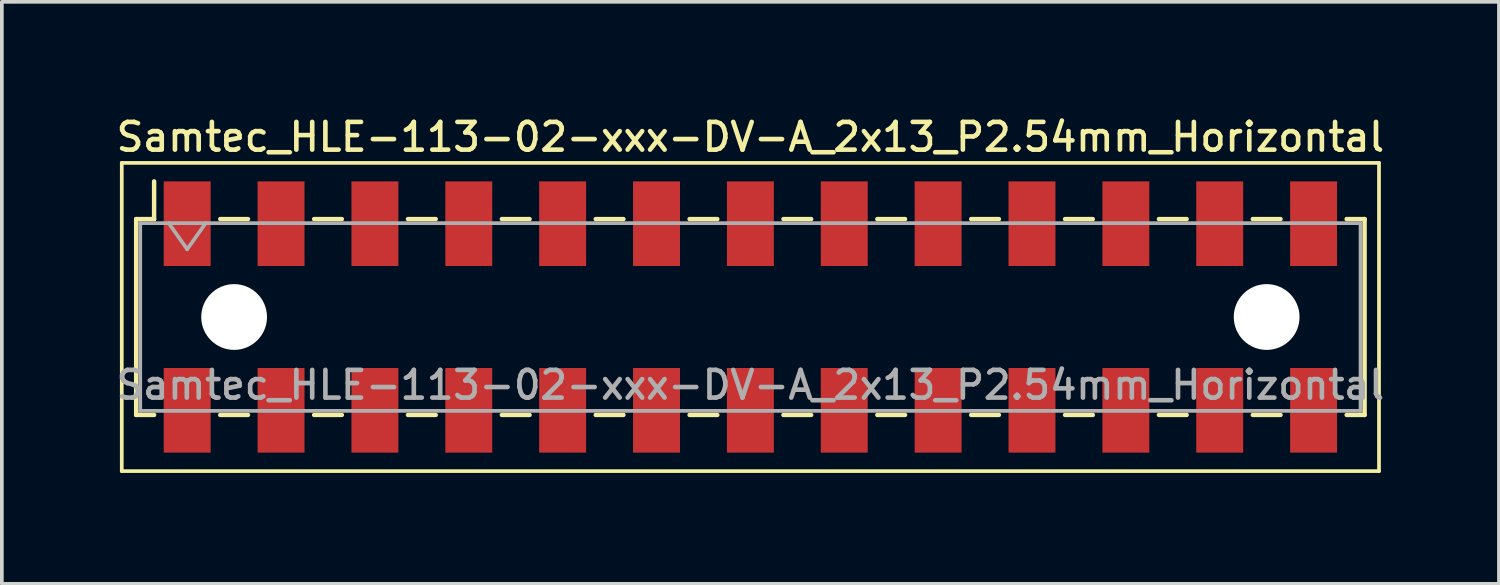
<source format=kicad_pcb>
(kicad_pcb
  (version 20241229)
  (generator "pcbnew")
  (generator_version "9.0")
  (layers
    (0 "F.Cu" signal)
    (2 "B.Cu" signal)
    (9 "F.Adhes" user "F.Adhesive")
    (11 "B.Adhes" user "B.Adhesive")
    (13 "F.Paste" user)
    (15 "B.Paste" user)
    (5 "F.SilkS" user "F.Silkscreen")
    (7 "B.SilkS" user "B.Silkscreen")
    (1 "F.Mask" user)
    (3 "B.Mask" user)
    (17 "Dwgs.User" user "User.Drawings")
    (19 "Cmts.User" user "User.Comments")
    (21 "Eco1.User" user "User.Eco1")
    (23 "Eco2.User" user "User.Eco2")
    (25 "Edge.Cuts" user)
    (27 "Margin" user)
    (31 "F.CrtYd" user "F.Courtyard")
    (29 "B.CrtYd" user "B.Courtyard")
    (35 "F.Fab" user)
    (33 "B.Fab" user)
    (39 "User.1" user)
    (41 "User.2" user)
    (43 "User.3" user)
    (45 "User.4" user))
  (footprint "Samtec_HLE-113-02-xxx-DV-A_2x13_P2.54mm_Horizontal"
    (layer "F.Cu")
    (at 17.255 5.528)
    (property "Reference" "Samtec_HLE-113-02-xxx-DV-A_2x13_P2.54mm_Horizontal" (at 0 -4.87 0) (layer "F.SilkS") (effects (font (size 0.75 0.75) (thickness 0.125))))
    (attr smd)
    (fp_line (start -17.01 -4.17) (end 17.01 -4.17) (stroke (width 0.1) (type solid)) (layer "F.SilkS"))
    (fp_line (start -17.01 4.17) (end -17.01 -4.17) (stroke (width 0.1) (type solid)) (layer "F.SilkS"))
    (fp_line (start -16.62 -2.65) (end -16.62 2.65) (stroke (width 0.12) (type solid)) (layer "F.SilkS"))
    (fp_line (start -16.62 2.65) (end -16.135 2.65) (stroke (width 0.12) (type solid)) (layer "F.SilkS"))
    (fp_line (start -16.135 -3.67) (end -16.135 -2.65) (stroke (width 0.12) (type solid)) (layer "F.SilkS"))
    (fp_line (start -16.135 -2.65) (end -16.62 -2.65) (stroke (width 0.12) (type solid)) (layer "F.SilkS"))
    (fp_line (start -14.345 -2.65) (end -13.595 -2.65) (stroke (width 0.12) (type solid)) (layer "F.SilkS"))
    (fp_line (start -14.345 2.65) (end -13.595 2.65) (stroke (width 0.12) (type solid)) (layer "F.SilkS"))
    (fp_line (start -11.805 -2.65) (end -11.055 -2.65) (stroke (width 0.12) (type solid)) (layer "F.SilkS"))
    (fp_line (start -11.805 2.65) (end -11.055 2.65) (stroke (width 0.12) (type solid)) (layer "F.SilkS"))
    (fp_line (start -9.265 -2.65) (end -8.515 -2.65) (stroke (width 0.12) (type solid)) (layer "F.SilkS"))
    (fp_line (start -9.265 2.65) (end -8.515 2.65) (stroke (width 0.12) (type solid)) (layer "F.SilkS"))
    (fp_line (start -6.725 -2.65) (end -5.975 -2.65) (stroke (width 0.12) (type solid)) (layer "F.SilkS"))
    (fp_line (start -6.725 2.65) (end -5.975 2.65) (stroke (width 0.12) (type solid)) (layer "F.SilkS"))
    (fp_line (start -4.185 -2.65) (end -3.435 -2.65) (stroke (width 0.12) (type solid)) (layer "F.SilkS"))
    (fp_line (start -4.185 2.65) (end -3.435 2.65) (stroke (width 0.12) (type solid)) (layer "F.SilkS"))
    (fp_line (start -1.645 -2.65) (end -0.895 -2.65) (stroke (width 0.12) (type solid)) (layer "F.SilkS"))
    (fp_line (start -1.645 2.65) (end -0.895 2.65) (stroke (width 0.12) (type solid)) (layer "F.SilkS"))
    (fp_line (start 0.895 -2.65) (end 1.645 -2.65) (stroke (width 0.12) (type solid)) (layer "F.SilkS"))
    (fp_line (start 0.895 2.65) (end 1.645 2.65) (stroke (width 0.12) (type solid)) (layer "F.SilkS"))
    (fp_line (start 3.435 -2.65) (end 4.185 -2.65) (stroke (width 0.12) (type solid)) (layer "F.SilkS"))
    (fp_line (start 3.435 2.65) (end 4.185 2.65) (stroke (width 0.12) (type solid)) (layer "F.SilkS"))
    (fp_line (start 5.975 -2.65) (end 6.725 -2.65) (stroke (width 0.12) (type solid)) (layer "F.SilkS"))
    (fp_line (start 5.975 2.65) (end 6.725 2.65) (stroke (width 0.12) (type solid)) (layer "F.SilkS"))
    (fp_line (start 8.515 -2.65) (end 9.265 -2.65) (stroke (width 0.12) (type solid)) (layer "F.SilkS"))
    (fp_line (start 8.515 2.65) (end 9.265 2.65) (stroke (width 0.12) (type solid)) (layer "F.SilkS"))
    (fp_line (start 11.055 -2.65) (end 11.805 -2.65) (stroke (width 0.12) (type solid)) (layer "F.SilkS"))
    (fp_line (start 11.055 2.65) (end 11.805 2.65) (stroke (width 0.12) (type solid)) (layer "F.SilkS"))
    (fp_line (start 13.595 -2.65) (end 14.345 -2.65) (stroke (width 0.12) (type solid)) (layer "F.SilkS"))
    (fp_line (start 13.595 2.65) (end 14.345 2.65) (stroke (width 0.12) (type solid)) (layer "F.SilkS"))
    (fp_line (start 16.135 -2.65) (end 16.62 -2.65) (stroke (width 0.12) (type solid)) (layer "F.SilkS"))
    (fp_line (start 16.62 -2.65) (end 16.62 2.65) (stroke (width 0.12) (type solid)) (layer "F.SilkS"))
    (fp_line (start 16.62 2.65) (end 16.135 2.65) (stroke (width 0.12) (type solid)) (layer "F.SilkS"))
    (fp_line (start 17.01 -4.17) (end 17.01 4.17) (stroke (width 0.1) (type solid)) (layer "F.SilkS"))
    (fp_line (start 17.01 4.17) (end -17.01 4.17) (stroke (width 0.1) (type solid)) (layer "F.SilkS"))
    (fp_line (start -16.51 -2.54) (end 16.51 -2.54) (stroke (width 0.1) (type solid)) (layer "F.Fab"))
    (fp_line (start -16.51 2.54) (end -16.51 -2.54) (stroke (width 0.1) (type solid)) (layer "F.Fab"))
    (fp_line (start -15.74 -2.54) (end -15.24 -1.833) (stroke (width 0.1) (type solid)) (layer "F.Fab"))
    (fp_line (start -15.24 -1.833) (end -14.74 -2.54) (stroke (width 0.1) (type solid)) (layer "F.Fab"))
    (fp_line (start 16.51 -2.54) (end 16.51 2.54) (stroke (width 0.1) (type solid)) (layer "F.Fab"))
    (fp_line (start 16.51 2.54) (end -16.51 2.54) (stroke (width 0.1) (type solid)) (layer "F.Fab"))
    (fp_text user "${REFERENCE}" (at 0 1.84 0) (layer "F.Fab") (effects (font (size 0.75 0.75) (thickness 0.125))))
    (pad "" np_thru_hole circle (at -13.97 0) (size 1.78 1.78) (drill 1.78) (layers "*.Cu" "*.Mask"))
    (pad "" np_thru_hole circle (at 13.97 0) (size 1.78 1.78) (drill 1.78) (layers "*.Cu" "*.Mask"))
    (pad "1" smd rect (at -15.24 -2.525) (size 1.27 2.29) (layers "F.Cu" "F.Mask" "F.Paste"))
    (pad "2" smd rect (at -15.24 2.525) (size 1.27 2.29) (layers "F.Cu" "F.Mask" "F.Paste"))
    (pad "3" smd rect (at -12.7 -2.525) (size 1.27 2.29) (layers "F.Cu" "F.Mask" "F.Paste"))
    (pad "4" smd rect (at -12.7 2.525) (size 1.27 2.29) (layers "F.Cu" "F.Mask" "F.Paste"))
    (pad "5" smd rect (at -10.16 -2.525) (size 1.27 2.29) (layers "F.Cu" "F.Mask" "F.Paste"))
    (pad "6" smd rect (at -10.16 2.525) (size 1.27 2.29) (layers "F.Cu" "F.Mask" "F.Paste"))
    (pad "7" smd rect (at -7.62 -2.525) (size 1.27 2.29) (layers "F.Cu" "F.Mask" "F.Paste"))
    (pad "8" smd rect (at -7.62 2.525) (size 1.27 2.29) (layers "F.Cu" "F.Mask" "F.Paste"))
    (pad "9" smd rect (at -5.08 -2.525) (size 1.27 2.29) (layers "F.Cu" "F.Mask" "F.Paste"))
    (pad "10" smd rect (at -5.08 2.525) (size 1.27 2.29) (layers "F.Cu" "F.Mask" "F.Paste"))
    (pad "11" smd rect (at -2.54 -2.525) (size 1.27 2.29) (layers "F.Cu" "F.Mask" "F.Paste"))
    (pad "12" smd rect (at -2.54 2.525) (size 1.27 2.29) (layers "F.Cu" "F.Mask" "F.Paste"))
    (pad "13" smd rect (at 0 -2.525) (size 1.27 2.29) (layers "F.Cu" "F.Mask" "F.Paste"))
    (pad "14" smd rect (at 0 2.525) (size 1.27 2.29) (layers "F.Cu" "F.Mask" "F.Paste"))
    (pad "15" smd rect (at 2.54 -2.525) (size 1.27 2.29) (layers "F.Cu" "F.Mask" "F.Paste"))
    (pad "16" smd rect (at 2.54 2.525) (size 1.27 2.29) (layers "F.Cu" "F.Mask" "F.Paste"))
    (pad "17" smd rect (at 5.08 -2.525) (size 1.27 2.29) (layers "F.Cu" "F.Mask" "F.Paste"))
    (pad "18" smd rect (at 5.08 2.525) (size 1.27 2.29) (layers "F.Cu" "F.Mask" "F.Paste"))
    (pad "19" smd rect (at 7.62 -2.525) (size 1.27 2.29) (layers "F.Cu" "F.Mask" "F.Paste"))
    (pad "20" smd rect (at 7.62 2.525) (size 1.27 2.29) (layers "F.Cu" "F.Mask" "F.Paste"))
    (pad "21" smd rect (at 10.16 -2.525) (size 1.27 2.29) (layers "F.Cu" "F.Mask" "F.Paste"))
    (pad "22" smd rect (at 10.16 2.525) (size 1.27 2.29) (layers "F.Cu" "F.Mask" "F.Paste"))
    (pad "23" smd rect (at 12.7 -2.525) (size 1.27 2.29) (layers "F.Cu" "F.Mask" "F.Paste"))
    (pad "24" smd rect (at 12.7 2.525) (size 1.27 2.29) (layers "F.Cu" "F.Mask" "F.Paste"))
    (pad "25" smd rect (at 15.24 -2.525) (size 1.27 2.29) (layers "F.Cu" "F.Mask" "F.Paste"))
    (pad "26" smd rect (at 15.24 2.525) (size 1.27 2.29) (layers "F.Cu" "F.Mask" "F.Paste")))
  (gr_rect
    (start -3 -3)
    (end 37.511 12.748)
    (stroke (width 0.1) (type default))
    (fill no)
    (layer "Edge.Cuts")))
</source>
